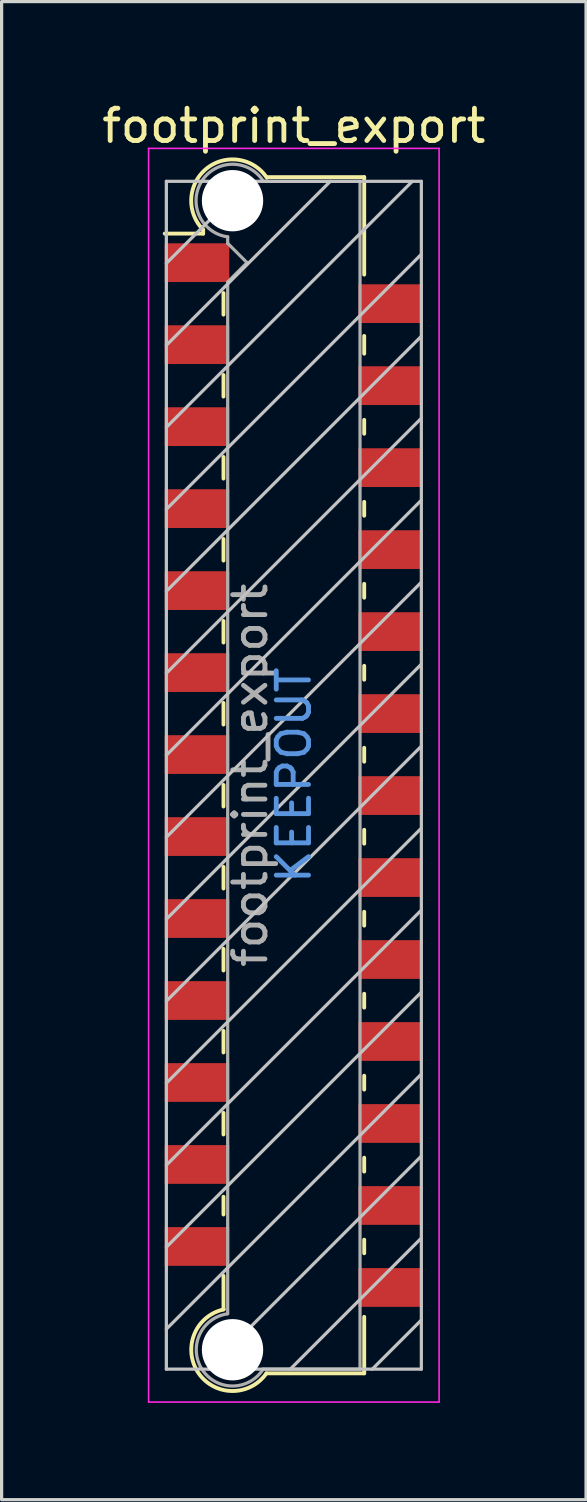
<source format=kicad_pcb>
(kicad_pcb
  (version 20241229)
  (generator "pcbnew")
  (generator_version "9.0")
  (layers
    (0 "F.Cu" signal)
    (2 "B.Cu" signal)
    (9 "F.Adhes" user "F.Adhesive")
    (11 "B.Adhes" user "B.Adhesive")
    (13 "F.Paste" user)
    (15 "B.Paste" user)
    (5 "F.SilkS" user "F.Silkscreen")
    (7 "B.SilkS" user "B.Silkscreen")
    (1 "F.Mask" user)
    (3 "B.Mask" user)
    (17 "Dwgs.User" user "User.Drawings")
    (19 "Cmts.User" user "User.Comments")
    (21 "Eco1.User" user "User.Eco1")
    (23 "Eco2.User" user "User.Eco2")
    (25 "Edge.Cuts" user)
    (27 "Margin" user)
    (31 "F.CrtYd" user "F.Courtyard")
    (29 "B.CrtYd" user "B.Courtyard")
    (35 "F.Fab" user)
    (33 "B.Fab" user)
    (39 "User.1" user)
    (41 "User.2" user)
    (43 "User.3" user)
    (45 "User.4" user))
  (footprint "footprint_export"
    (layer "F.Cu")
    (at 6.054 20.968)
    (property "Reference" "footprint_export" (at 0 -20.12 0) (layer "F.SilkS") (effects (font (size 1 1) (thickness 0.15))))
    (attr smd)
    (fp_line (start -2.81 -16.9) (end -2.81 -16.78) (stroke (width 0.12) (type solid)) (layer "F.SilkS"))
    (fp_line (start -2.81 -16.78) (end -4 -16.78) (stroke (width 0.12) (type solid)) (layer "F.SilkS"))
    (fp_line (start -2.18 -14.27) (end -2.18 -14.94) (stroke (width 0.12) (type solid)) (layer "F.SilkS"))
    (fp_line (start -2.18 -11.73) (end -2.18 -12.4) (stroke (width 0.12) (type solid)) (layer "F.SilkS"))
    (fp_line (start -2.18 -9.19) (end -2.18 -9.86) (stroke (width 0.12) (type solid)) (layer "F.SilkS"))
    (fp_line (start -2.18 -6.65) (end -2.18 -7.32) (stroke (width 0.12) (type solid)) (layer "F.SilkS"))
    (fp_line (start -2.18 -4.11) (end -2.18 -4.78) (stroke (width 0.12) (type solid)) (layer "F.SilkS"))
    (fp_line (start -2.18 -1.57) (end -2.18 -2.24) (stroke (width 0.12) (type solid)) (layer "F.SilkS"))
    (fp_line (start -2.18 0.97) (end -2.18 0.3) (stroke (width 0.12) (type solid)) (layer "F.SilkS"))
    (fp_line (start -2.18 3.51) (end -2.18 2.84) (stroke (width 0.12) (type solid)) (layer "F.SilkS"))
    (fp_line (start -2.18 6.05) (end -2.18 5.38) (stroke (width 0.12) (type solid)) (layer "F.SilkS"))
    (fp_line (start -2.18 8.59) (end -2.18 7.92) (stroke (width 0.12) (type solid)) (layer "F.SilkS"))
    (fp_line (start -2.18 11.13) (end -2.18 10.46) (stroke (width 0.12) (type solid)) (layer "F.SilkS"))
    (fp_line (start -2.18 13.61) (end -2.18 13.06) (stroke (width 0.12) (type solid)) (layer "F.SilkS"))
    (fp_line (start -2.18 16.55) (end -2.18 15.51) (stroke (width 0.12) (type solid)) (layer "F.SilkS"))
    (fp_line (start 2.18 -18.53) (end -0.82 -18.53) (stroke (width 0.12) (type solid)) (layer "F.SilkS"))
    (fp_line (start 2.18 -18.53) (end 2.18 -15.51) (stroke (width 0.12) (type solid)) (layer "F.SilkS"))
    (fp_line (start 2.18 -13.61) (end 2.18 -13.06) (stroke (width 0.12) (type solid)) (layer "F.SilkS"))
    (fp_line (start 2.18 -11.01) (end 2.18 -10.58) (stroke (width 0.12) (type solid)) (layer "F.SilkS"))
    (fp_line (start 2.18 -8.47) (end 2.18 -8.04) (stroke (width 0.12) (type solid)) (layer "F.SilkS"))
    (fp_line (start 2.18 -5.93) (end 2.18 -5.5) (stroke (width 0.12) (type solid)) (layer "F.SilkS"))
    (fp_line (start 2.18 -3.39) (end 2.18 -2.96) (stroke (width 0.12) (type solid)) (layer "F.SilkS"))
    (fp_line (start 2.18 -0.85) (end 2.18 -0.42) (stroke (width 0.12) (type solid)) (layer "F.SilkS"))
    (fp_line (start 2.18 1.69) (end 2.18 2.12) (stroke (width 0.12) (type solid)) (layer "F.SilkS"))
    (fp_line (start 2.18 4.23) (end 2.18 4.66) (stroke (width 0.12) (type solid)) (layer "F.SilkS"))
    (fp_line (start 2.18 6.77) (end 2.18 7.2) (stroke (width 0.12) (type solid)) (layer "F.SilkS"))
    (fp_line (start 2.18 9.31) (end 2.18 9.74) (stroke (width 0.12) (type solid)) (layer "F.SilkS"))
    (fp_line (start 2.18 11.85) (end 2.18 12.28) (stroke (width 0.12) (type solid)) (layer "F.SilkS"))
    (fp_line (start 2.18 14.39) (end 2.18 14.81) (stroke (width 0.12) (type solid)) (layer "F.SilkS"))
    (fp_line (start 2.18 16.78) (end 2.18 18.53) (stroke (width 0.12) (type solid)) (layer "F.SilkS"))
    (fp_line (start 2.18 18.53) (end -0.85 18.53) (stroke (width 0.12) (type solid)) (layer "F.SilkS"))
    (fp_arc (start -2.81 -16.9) (mid -2.708637 -18.792072) (end -0.834991 -18.509828) (stroke (width 0.12) (type solid)) (layer "F.SilkS"))
    (fp_arc (start -0.85 18.53) (mid -2.962791 18.511248) (end -2.174424 16.550964) (stroke (width 0.12) (type solid)) (layer "F.SilkS"))
    (fp_line (start -3.95 -18.4) (end -3.95 18.4) (stroke (width 0.1) (type solid)) (layer "Dwgs.User"))
    (fp_line (start -3.95 -15.86) (end -1.41 -18.4) (stroke (width 0.1) (type solid)) (layer "Dwgs.User"))
    (fp_line (start -3.95 -13.32) (end 1.13 -18.4) (stroke (width 0.1) (type solid)) (layer "Dwgs.User"))
    (fp_line (start -3.95 -10.78) (end 3.67 -18.4) (stroke (width 0.1) (type solid)) (layer "Dwgs.User"))
    (fp_line (start -3.95 -8.24) (end 3.95 -16.14) (stroke (width 0.1) (type solid)) (layer "Dwgs.User"))
    (fp_line (start -3.95 -5.7) (end 3.95 -13.6) (stroke (width 0.1) (type solid)) (layer "Dwgs.User"))
    (fp_line (start -3.95 -3.16) (end 3.95 -11.06) (stroke (width 0.1) (type solid)) (layer "Dwgs.User"))
    (fp_line (start -3.95 -0.62) (end 3.95 -8.52) (stroke (width 0.1) (type solid)) (layer "Dwgs.User"))
    (fp_line (start -3.95 1.92) (end 3.95 -5.98) (stroke (width 0.1) (type solid)) (layer "Dwgs.User"))
    (fp_line (start -3.95 4.46) (end 3.95 -3.44) (stroke (width 0.1) (type solid)) (layer "Dwgs.User"))
    (fp_line (start -3.95 7) (end 3.95 -0.9) (stroke (width 0.1) (type solid)) (layer "Dwgs.User"))
    (fp_line (start -3.95 9.54) (end 3.95 1.64) (stroke (width 0.1) (type solid)) (layer "Dwgs.User"))
    (fp_line (start -3.95 12.08) (end 3.95 4.18) (stroke (width 0.1) (type solid)) (layer "Dwgs.User"))
    (fp_line (start -3.95 14.62) (end 3.95 6.72) (stroke (width 0.1) (type solid)) (layer "Dwgs.User"))
    (fp_line (start -3.95 17.16) (end 3.95 9.26) (stroke (width 0.1) (type solid)) (layer "Dwgs.User"))
    (fp_line (start -3.95 18.4) (end 3.95 18.4) (stroke (width 0.1) (type solid)) (layer "Dwgs.User"))
    (fp_line (start -2.65 18.4) (end 3.95 11.8) (stroke (width 0.1) (type solid)) (layer "Dwgs.User"))
    (fp_line (start -0.11 18.4) (end 3.95 14.34) (stroke (width 0.1) (type solid)) (layer "Dwgs.User"))
    (fp_line (start 2.43 18.4) (end 3.95 16.88) (stroke (width 0.1) (type solid)) (layer "Dwgs.User"))
    (fp_line (start 3.95 -18.4) (end -3.95 -18.4) (stroke (width 0.1) (type solid)) (layer "Dwgs.User"))
    (fp_line (start 3.95 18.4) (end 3.95 -18.4) (stroke (width 0.1) (type solid)) (layer "Dwgs.User"))
    (fp_line (start -4.5 -19.42) (end -4.5 19.42) (stroke (width 0.05) (type solid)) (layer "F.CrtYd"))
    (fp_line (start -4.5 19.42) (end 4.5 19.42) (stroke (width 0.05) (type solid)) (layer "F.CrtYd"))
    (fp_line (start 4.5 -19.42) (end -4.5 -19.42) (stroke (width 0.05) (type solid)) (layer "F.CrtYd"))
    (fp_line (start 4.5 19.42) (end 4.5 -19.42) (stroke (width 0.05) (type solid)) (layer "F.CrtYd"))
    (fp_line (start -2.05 -16.48) (end -2.05 -16.68) (stroke (width 0.1) (type solid)) (layer "F.Fab"))
    (fp_line (start -2.05 -15.28) (end -1.45 -15.88) (stroke (width 0.1) (type solid)) (layer "F.Fab"))
    (fp_line (start -2.05 16.68) (end -2.05 -15.28) (stroke (width 0.1) (type solid)) (layer "F.Fab"))
    (fp_line (start -1.45 -15.88) (end -2.05 -16.48) (stroke (width 0.1) (type solid)) (layer "F.Fab"))
    (fp_line (start 2.05 -18.4) (end -0.93 -18.4) (stroke (width 0.1) (type solid)) (layer "F.Fab"))
    (fp_line (start 2.05 -18.4) (end 2.05 18.4) (stroke (width 0.1) (type solid)) (layer "F.Fab"))
    (fp_line (start 2.05 18.4) (end -0.95 18.4) (stroke (width 0.1) (type solid)) (layer "F.Fab"))
    (fp_arc (start -2.05 -16.68) (mid -2.851672 -18.409279) (end -0.945612 -18.405015) (stroke (width 0.1) (type solid)) (layer "F.Fab"))
    (fp_arc (start -0.95 18.4) (mid -2.845272 18.407422) (end -2.051022 16.686585) (stroke (width 0.1) (type solid)) (layer "F.Fab"))
    (fp_text user "KEEPOUT" (at 0 0 90) (layer "Cmts.User") (effects (font (size 1 1) (thickness 0.15))))
    (fp_text user "${REFERENCE}" (at -1.35 0 90) (layer "F.Fab") (effects (font (size 1 1) (thickness 0.15))))
    (pad "" np_thru_hole circle (at -1.9 -17.8) (size 1.9 1.9) (drill 1.9) (layers "*.Cu" "*.Mask"))
    (pad "" np_thru_hole circle (at -1.9 17.8) (size 1.9 1.9) (drill 1.9) (layers "*.Cu" "*.Mask"))
    (pad "1" smd rect (at -3 -15.88) (size 2 1.2) (layers "F.Cu" "F.Mask" "F.Paste"))
    (pad "2" smd rect (at 3 -14.61) (size 2 1.2) (layers "F.Cu" "F.Mask" "F.Paste"))
    (pad "3" smd rect (at -3 -13.34) (size 2 1.2) (layers "F.Cu" "F.Mask" "F.Paste"))
    (pad "4" smd rect (at 3 -12.07) (size 2 1.2) (layers "F.Cu" "F.Mask" "F.Paste"))
    (pad "5" smd rect (at -3 -10.8) (size 2 1.2) (layers "F.Cu" "F.Mask" "F.Paste"))
    (pad "6" smd rect (at 3 -9.53) (size 2 1.2) (layers "F.Cu" "F.Mask" "F.Paste"))
    (pad "7" smd rect (at -3 -8.26) (size 2 1.2) (layers "F.Cu" "F.Mask" "F.Paste"))
    (pad "8" smd rect (at 3 -6.99) (size 2 1.2) (layers "F.Cu" "F.Mask" "F.Paste"))
    (pad "9" smd rect (at -3 -5.72) (size 2 1.2) (layers "F.Cu" "F.Mask" "F.Paste"))
    (pad "10" smd rect (at 3 -4.45) (size 2 1.2) (layers "F.Cu" "F.Mask" "F.Paste"))
    (pad "11" smd rect (at -3 -3.18) (size 2 1.2) (layers "F.Cu" "F.Mask" "F.Paste"))
    (pad "12" smd rect (at 3 -1.91) (size 2 1.2) (layers "F.Cu" "F.Mask" "F.Paste"))
    (pad "13" smd rect (at -3 -0.64) (size 2 1.2) (layers "F.Cu" "F.Mask" "F.Paste"))
    (pad "14" smd rect (at 3 0.63) (size 2 1.2) (layers "F.Cu" "F.Mask" "F.Paste"))
    (pad "15" smd rect (at -3 1.9) (size 2 1.2) (layers "F.Cu" "F.Mask" "F.Paste"))
    (pad "16" smd rect (at 3 3.17) (size 2 1.2) (layers "F.Cu" "F.Mask" "F.Paste"))
    (pad "17" smd rect (at -3 4.44) (size 2 1.2) (layers "F.Cu" "F.Mask" "F.Paste"))
    (pad "18" smd rect (at 3 5.71) (size 2 1.2) (layers "F.Cu" "F.Mask" "F.Paste"))
    (pad "19" smd rect (at -3 6.98) (size 2 1.2) (layers "F.Cu" "F.Mask" "F.Paste"))
    (pad "20" smd rect (at 3 8.25) (size 2 1.2) (layers "F.Cu" "F.Mask" "F.Paste"))
    (pad "21" smd rect (at -3 9.52) (size 2 1.2) (layers "F.Cu" "F.Mask" "F.Paste"))
    (pad "22" smd rect (at 3 10.79) (size 2 1.2) (layers "F.Cu" "F.Mask" "F.Paste"))
    (pad "23" smd rect (at -3 12.06) (size 2 1.2) (layers "F.Cu" "F.Mask" "F.Paste"))
    (pad "24" smd rect (at 3 13.33) (size 2 1.2) (layers "F.Cu" "F.Mask" "F.Paste"))
    (pad "25" smd rect (at -3 14.6) (size 2 1.2) (layers "F.Cu" "F.Mask" "F.Paste"))
    (pad "26" smd rect (at 3 15.87) (size 2 1.2) (layers "F.Cu" "F.Mask" "F.Paste")))
  (gr_rect
    (start -3 -3)
    (end 15.107 43.413)
    (stroke (width 0.1) (type default))
    (fill no)
    (layer "Edge.Cuts")))
</source>
